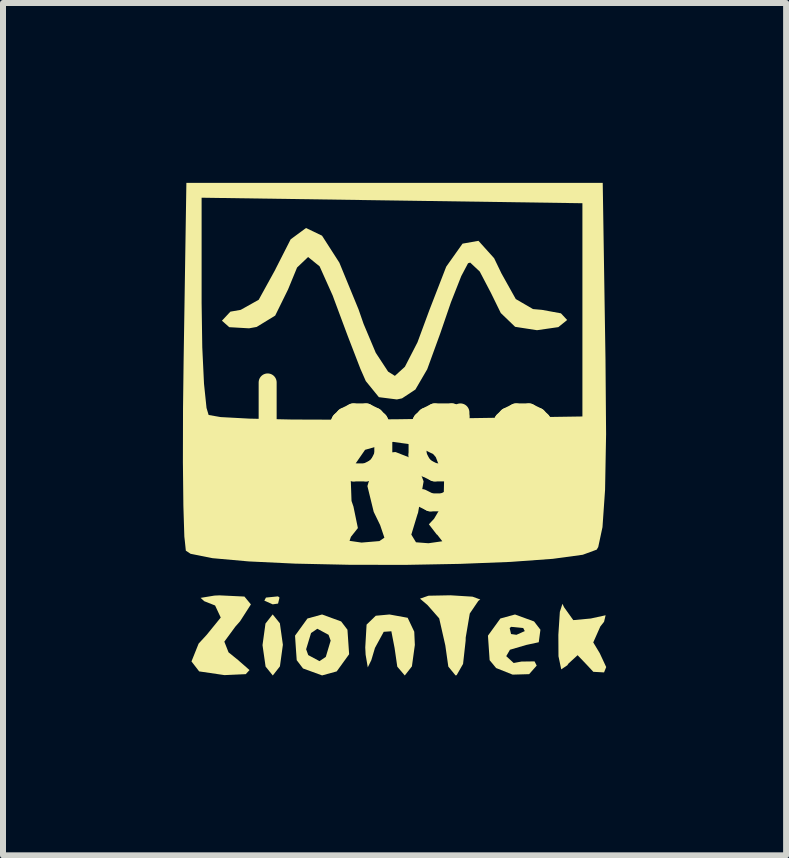
<source format=kicad_pcb>
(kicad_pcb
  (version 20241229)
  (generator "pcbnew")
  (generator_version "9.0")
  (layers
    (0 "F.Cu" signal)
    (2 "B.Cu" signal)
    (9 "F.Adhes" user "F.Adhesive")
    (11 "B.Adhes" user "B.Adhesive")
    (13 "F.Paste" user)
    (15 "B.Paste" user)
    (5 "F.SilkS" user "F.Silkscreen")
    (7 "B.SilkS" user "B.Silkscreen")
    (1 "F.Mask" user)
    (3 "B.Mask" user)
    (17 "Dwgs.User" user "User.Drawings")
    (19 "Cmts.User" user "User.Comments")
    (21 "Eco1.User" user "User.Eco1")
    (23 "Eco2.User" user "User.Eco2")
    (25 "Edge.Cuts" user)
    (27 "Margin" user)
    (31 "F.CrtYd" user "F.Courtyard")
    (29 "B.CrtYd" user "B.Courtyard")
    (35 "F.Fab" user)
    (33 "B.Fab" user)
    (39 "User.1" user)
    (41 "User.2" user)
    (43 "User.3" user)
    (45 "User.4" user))
  (footprint "Logo"
    (layer "F.Cu")
    (at 3.699 4.149)
    (property "Reference" "Logo" (at 0 0 0) (layer "F.SilkS") (effects (font (size 1.5 1.5) (thickness 0.3))))
    (attr board_only exclude_from_pos_files exclude_from_bom)
    (fp_poly (pts (xy -2.088 2.766) (xy -2.112 2.866) (xy -2.201 2.879) (xy -2.341 2.817) (xy -2.314 2.766) (xy -2.113 2.746)) (stroke (width 0) (type solid)) (fill yes) (layer "F.SilkS"))
    (fp_poly (pts (xy -2.082 3.195) (xy -2.032 3.55) (xy -2.032 3.556) (xy -2.081 3.913) (xy -2.199 4.064) (xy -2.201 4.064) (xy -2.32 3.917) (xy -2.371 3.562) (xy -2.371 3.556) (xy -2.322 3.199) (xy -2.203 3.048) (xy -2.201 3.048)) (stroke (width 0) (type solid)) (fill yes) (layer "F.SilkS"))
    (fp_poly (pts (xy 1.131 2.751) (xy 1.26 2.798) (xy 1.228 2.821) (xy 1.085 3.032) (xy 1.017 3.433) (xy 1.016 3.485) (xy 0.973 3.872) (xy 0.866 4.06) (xy 0.847 4.064) (xy 0.727 3.917) (xy 0.677 3.564) (xy 0.575 3.113) (xy 0.381 2.892) (xy 0.255 2.784) (xy 0.396 2.735) (xy 0.762 2.728)) (stroke (width 0) (type solid)) (fill yes) (layer "F.SilkS"))
    (fp_poly (pts (xy 0.049 3.103) (xy 0.159 3.335) (xy 0.169 3.556) (xy 0.12 3.913) (xy 0.002 4.064) (xy -0.000001 4.064) (xy -0.124 3.918) (xy -0.169 3.607) (xy -0.223 3.328) (xy -0.35 3.337) (xy -0.496 3.605) (xy -0.557 3.81) (xy -0.616 3.93) (xy -0.652 3.718) (xy -0.658 3.598) (xy -0.636 3.217) (xy -0.483 3.069) (xy -0.254 3.048)) (stroke (width 0) (type solid)) (fill yes) (layer "F.SilkS"))
    (fp_poly (pts (xy -2.673 2.749) (xy -2.565 2.88) (xy -2.746 3.162) (xy -2.823 3.249) (xy -3.008 3.501) (xy -2.938 3.679) (xy -2.78 3.807) (xy -2.588 3.975) (xy -2.651 4.043) (xy -3.006 4.059) (xy -3.428 3.997) (xy -3.556 3.831) (xy -3.437 3.534) (xy -3.302 3.387) (xy -3.068 3.099) (xy -3.162 2.898) (xy -3.344 2.826) (xy -3.404 2.771) (xy -3.174 2.733) (xy -3.09 2.729)) (stroke (width 0) (type solid)) (fill yes) (layer "F.SilkS"))
    (fp_poly (pts (xy 2.658 2.928) (xy 2.811 3.142) (xy 3.103 3.115) (xy 3.35 3.061) (xy 3.324 3.17) (xy 3.262 3.248) (xy 3.144 3.514) (xy 3.252 3.693) (xy 3.36 3.925) (xy 3.324 4.014) (xy 3.145 4.004) (xy 3.039 3.89) (xy 2.883 3.727) (xy 2.73 3.867) (xy 2.712 3.895) (xy 2.61 3.963) (xy 2.564 3.744) (xy 2.562 3.387) (xy 2.587 3.004) (xy 2.63 2.87)) (stroke (width 0) (type solid)) (fill yes) (layer "F.SilkS"))
    (fp_poly (pts (xy -1.06 3.164) (xy -0.955 3.302) (xy -0.927 3.711) (xy -1.134 3.997) (xy -1.378 4.064) (xy -1.696 3.948) (xy -1.801 3.81) (xy -1.814 3.628) (xy -1.644 3.628) (xy -1.609 3.725) (xy -1.421 3.826) (xy -1.316 3.755) (xy -1.235 3.484) (xy -1.27 3.387) (xy -1.457 3.286) (xy -1.562 3.357) (xy -1.644 3.628) (xy -1.814 3.628) (xy -1.829 3.401) (xy -1.622 3.115) (xy -1.378 3.048)) (stroke (width 0) (type solid)) (fill yes) (layer "F.SilkS"))
    (fp_poly (pts (xy 2.157 3.164) (xy 2.263 3.302) (xy 2.235 3.511) (xy 2.027 3.556) (xy 1.755 3.636) (xy 1.693 3.743) (xy 1.817 3.857) (xy 1.947 3.833) (xy 2.165 3.83) (xy 2.201 3.9) (xy 2.075 4.043) (xy 1.799 4.051) (xy 1.524 3.941) (xy 1.416 3.81) (xy 1.388 3.401) (xy 1.48 3.274) (xy 1.75 3.274) (xy 1.773 3.374) (xy 1.863 3.387) (xy 2.002 3.325) (xy 1.976 3.274) (xy 1.775 3.254) (xy 1.75 3.274) (xy 1.48 3.274) (xy 1.595 3.115) (xy 1.839 3.048)) (stroke (width 0) (type solid)) (fill yes) (layer "F.SilkS"))
    (fp_poly (pts (xy -1.379 -3.269) (xy -1.09 -2.819) (xy -0.77 -2.04) (xy -0.686 -1.798) (xy -0.483 -1.316) (xy -0.277 -1.002) (xy -0.164 -0.931) (xy 0.003 -1.083) (xy 0.213 -1.491) (xy 0.412 -2.03) (xy 0.692 -2.752) (xy 0.964 -3.136) (xy 1.23 -3.183) (xy 1.491 -2.893) (xy 1.614 -2.638) (xy 1.852 -2.212) (xy 2.139 -2.045) (xy 2.288 -2.032) (xy 2.605 -1.974) (xy 2.709 -1.863) (xy 2.562 -1.744) (xy 2.208 -1.693) (xy 2.204 -1.693) (xy 1.841 -1.749) (xy 1.602 -1.979) (xy 1.439 -2.312) (xy 1.251 -2.671) (xy 1.092 -2.82) (xy 1.056 -2.809) (xy 0.943 -2.595) (xy 0.77 -2.156) (xy 0.593 -1.64) (xy 0.375 -1.041) (xy 0.178 -0.703) (xy -0.045 -0.556) (xy -0.131 -0.538) (xy -0.431 -0.576) (xy -0.649 -0.844) (xy -0.738 -1.046) (xy -0.951 -1.598) (xy -1.176 -2.202) (xy -1.2 -2.268) (xy -1.419 -2.757) (xy -1.611 -2.913) (xy -1.795 -2.738) (xy -1.946 -2.371) (xy -2.16 -1.936) (xy -2.469 -1.747) (xy -2.596 -1.724) (xy -2.926 -1.743) (xy -3.048 -1.851) (xy -2.907 -2.002) (xy -2.735 -2.032) (xy -2.435 -2.2) (xy -2.158 -2.703) (xy -2.156 -2.709) (xy -1.902 -3.208) (xy -1.646 -3.397)) (stroke (width 0) (type solid)) (fill yes) (layer "F.SilkS"))
    (fp_poly (pts (xy 3.348 -1.208) (xy 3.358 0.042) (xy 3.341 0.969) (xy 3.298 1.591) (xy 3.227 1.923) (xy 3.201 1.967) (xy 2.969 2.052) (xy 2.469 2.12) (xy 1.766 2.171) (xy 0.922 2.204) (xy -0.00032 2.221) (xy -0.937 2.219) (xy -1.826 2.2) (xy -2.603 2.163) (xy -3.206 2.109) (xy -3.571 2.036) (xy -3.65 1.984) (xy -3.667 1.82) (xy -0.92 1.82) (xy -0.72 1.849) (xy -0.422 1.824) (xy -0.339 1.767) (xy -0.41 1.557) (xy -0.517 1.337) (xy -0.622 0.907) (xy -0.513 0.539) (xy -0.232 0.346) (xy -0.153 0.339) (xy 0.183 0.471) (xy 0.315 0.829) (xy 0.222 1.353) (xy 0.212 1.38) (xy 0.11 1.716) (xy 0.188 1.844) (xy 0.396 1.86) (xy 0.627 1.827) (xy 0.544 1.72) (xy 0.532 1.712) (xy 0.403 1.544) (xy 0.49 1.451) (xy 0.648 1.183) (xy 0.657 0.784) (xy 0.518 0.424) (xy 0.474 0.373) (xy 0.161 0.22) (xy -0.197 0.169) (xy -0.661 0.302) (xy -0.905 0.654) (xy -0.887 1.155) (xy -0.855 1.248) (xy -0.781 1.607) (xy -0.897 1.753) (xy -0.92 1.82) (xy -3.667 1.82) (xy -3.675 1.75) (xy -3.691 1.237) (xy -3.699 0.505) (xy -3.697 -0.387) (xy -3.687 -1.191) (xy -3.672 -2.149) (xy -3.387 -2.149) (xy -3.376 -1.409) (xy -3.347 -0.799) (xy -3.305 -0.396) (xy -3.27 -0.279) (xy -3.071 -0.244) (xy -2.589 -0.218) (xy -1.881 -0.203) (xy -1.003 -0.2) (xy -0.095 -0.208) (xy 2.963 -0.254) (xy 2.963 -2.032) (xy 2.963 -3.81) (xy -0.212 -3.856) (xy -3.387 -3.902) (xy -3.387 -2.149) (xy -3.672 -2.149) (xy -3.641 -4.149) (xy -0.169 -4.149) (xy 3.302 -4.149)) (stroke (width 0) (type solid)) (fill yes) (layer "F.SilkS")))
  (gr_rect
    (start -3 -3)
    (end 10.059 11.213)
    (stroke (width 0.1) (type default))
    (fill no)
    (layer "Edge.Cuts")))
</source>
